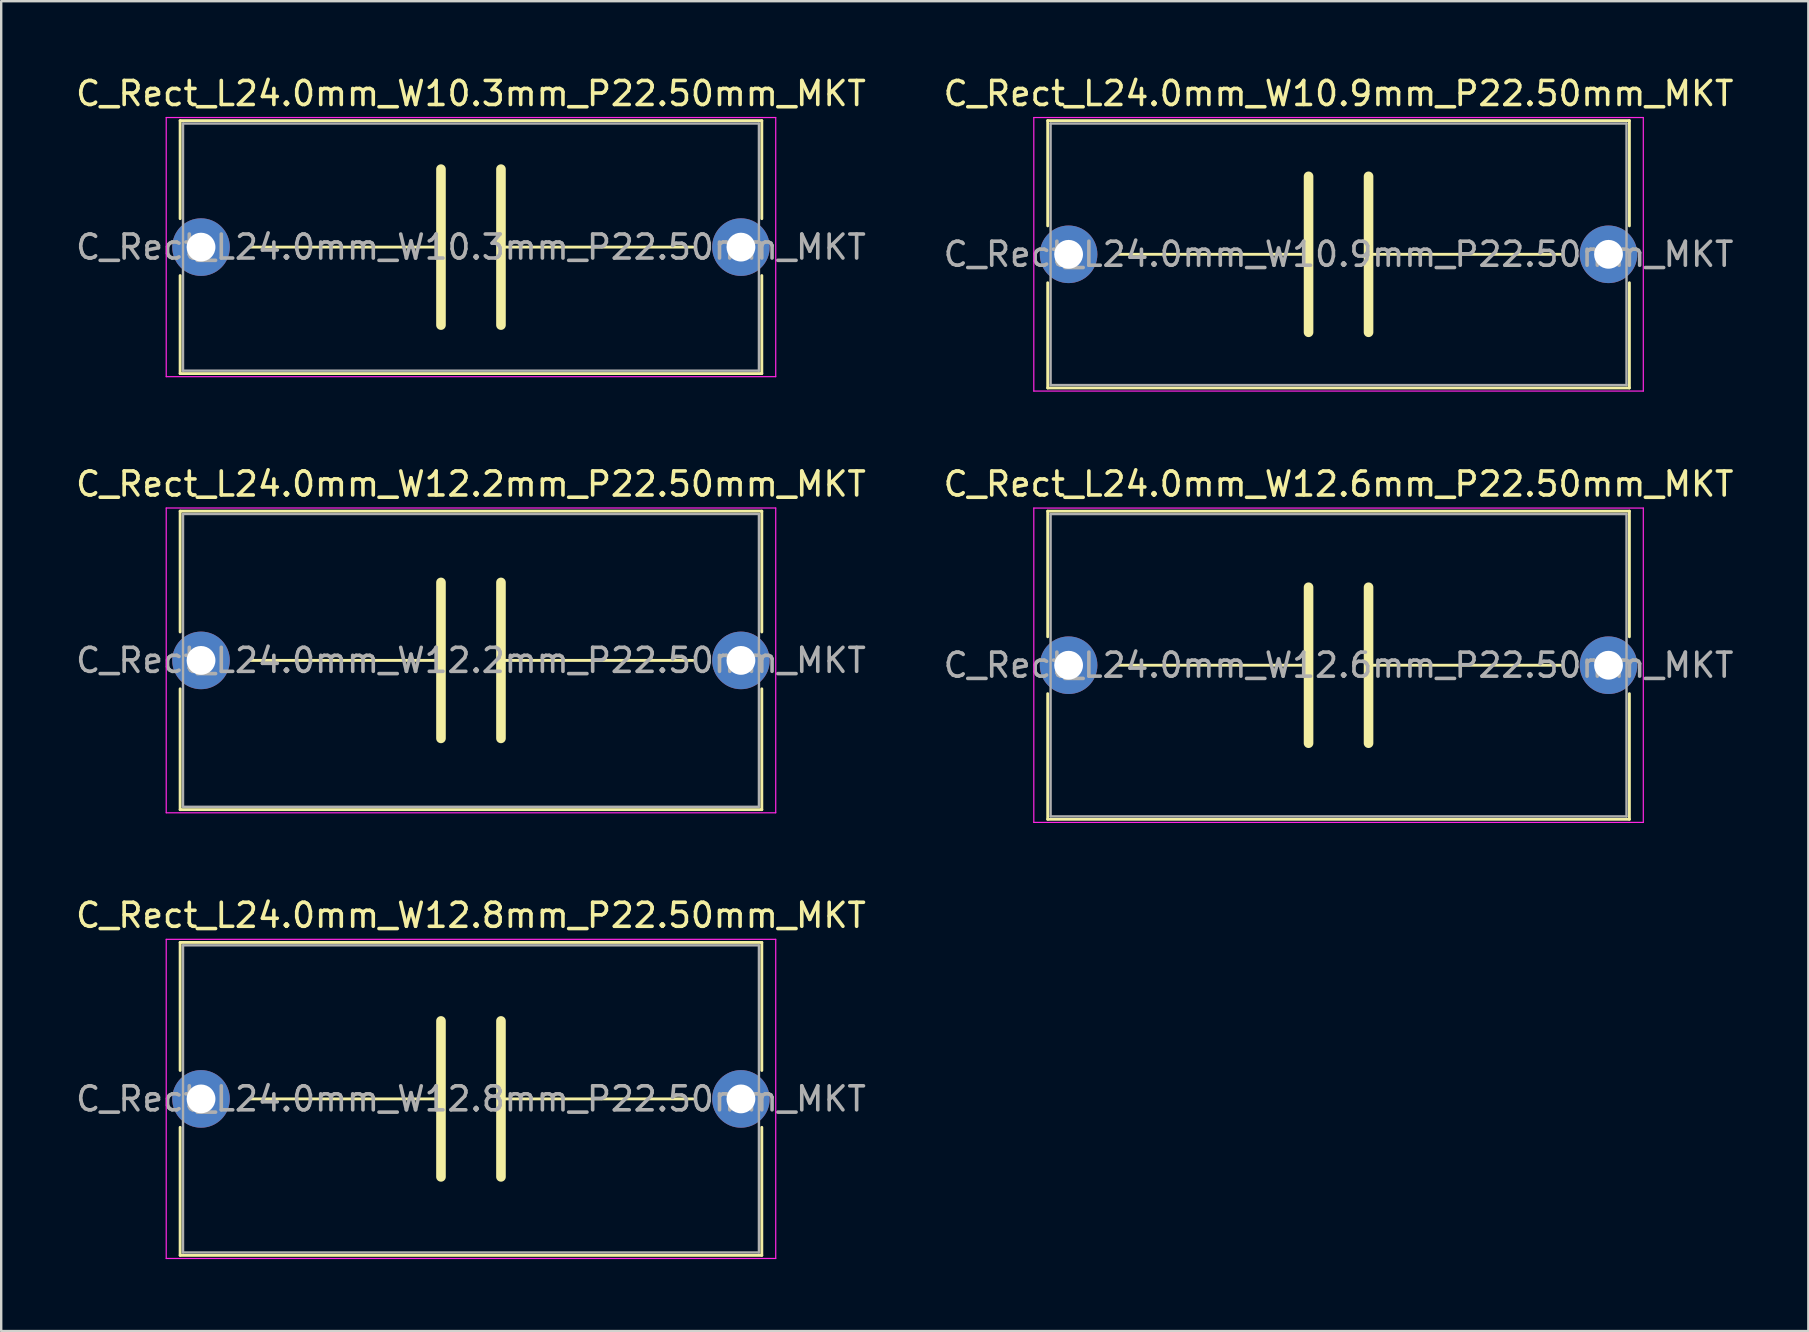
<source format=kicad_pcb>
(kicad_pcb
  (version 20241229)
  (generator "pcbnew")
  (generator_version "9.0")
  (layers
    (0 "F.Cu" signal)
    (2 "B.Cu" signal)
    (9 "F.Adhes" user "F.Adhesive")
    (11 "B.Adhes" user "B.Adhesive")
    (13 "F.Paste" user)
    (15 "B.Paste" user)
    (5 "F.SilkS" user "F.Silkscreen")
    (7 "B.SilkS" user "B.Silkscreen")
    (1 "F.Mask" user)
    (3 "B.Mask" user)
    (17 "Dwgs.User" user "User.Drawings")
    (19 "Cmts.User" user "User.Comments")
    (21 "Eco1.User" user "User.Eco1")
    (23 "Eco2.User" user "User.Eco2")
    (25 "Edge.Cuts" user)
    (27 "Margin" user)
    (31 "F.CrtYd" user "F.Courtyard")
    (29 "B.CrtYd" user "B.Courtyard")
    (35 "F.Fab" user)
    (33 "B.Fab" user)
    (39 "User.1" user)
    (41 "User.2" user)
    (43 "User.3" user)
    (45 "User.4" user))
  (footprint "C_Rect_L24.0mm_W12.8mm_P22.50mm_MKT"
    (layer "F.Cu")
    (at 5.327 42.745)
    (property "Reference" "C_Rect_L24.0mm_W12.8mm_P22.50mm_MKT" (at 11.25 -7.65 0) (layer "F.SilkS") (effects (font (size 1 1) (thickness 0.15))))
    (attr through_hole)
    (fp_line (start -0.87 -6.52) (end -0.87 -1.185) (stroke (width 0.12) (type solid)) (layer "F.SilkS"))
    (fp_line (start -0.87 -6.52) (end 23.37 -6.52) (stroke (width 0.12) (type solid)) (layer "F.SilkS"))
    (fp_line (start -0.87 1.185) (end -0.87 6.52) (stroke (width 0.12) (type solid)) (layer "F.SilkS"))
    (fp_line (start -0.87 6.52) (end 23.37 6.52) (stroke (width 0.12) (type solid)) (layer "F.SilkS"))
    (fp_line (start 2 0) (end 10 0) (stroke (width 0.12) (type solid)) (layer "F.SilkS"))
    (fp_line (start 10 -3.25) (end 10 3.25) (stroke (width 0.4) (type solid)) (layer "F.SilkS"))
    (fp_line (start 12.5 -3.25) (end 12.5 3.25) (stroke (width 0.4) (type solid)) (layer "F.SilkS"))
    (fp_line (start 12.5 0) (end 20.5 0) (stroke (width 0.12) (type solid)) (layer "F.SilkS"))
    (fp_line (start 23.37 -6.52) (end 23.37 -1.185) (stroke (width 0.12) (type solid)) (layer "F.SilkS"))
    (fp_line (start 23.37 1.185) (end 23.37 6.52) (stroke (width 0.12) (type solid)) (layer "F.SilkS"))
    (fp_line (start -1.45 -6.65) (end -1.45 6.65) (stroke (width 0.05) (type solid)) (layer "F.CrtYd"))
    (fp_line (start -1.45 6.65) (end 23.95 6.65) (stroke (width 0.05) (type solid)) (layer "F.CrtYd"))
    (fp_line (start 23.95 -6.65) (end -1.45 -6.65) (stroke (width 0.05) (type solid)) (layer "F.CrtYd"))
    (fp_line (start 23.95 6.65) (end 23.95 -6.65) (stroke (width 0.05) (type solid)) (layer "F.CrtYd"))
    (fp_line (start -0.75 -6.4) (end -0.75 6.4) (stroke (width 0.1) (type solid)) (layer "F.Fab"))
    (fp_line (start -0.75 6.4) (end 23.25 6.4) (stroke (width 0.1) (type solid)) (layer "F.Fab"))
    (fp_line (start 23.25 -6.4) (end -0.75 -6.4) (stroke (width 0.1) (type solid)) (layer "F.Fab"))
    (fp_line (start 23.25 6.4) (end 23.25 -6.4) (stroke (width 0.1) (type solid)) (layer "F.Fab"))
    (fp_text user "${REFERENCE}" (at 11.25 0 0) (layer "F.Fab") (effects (font (size 1 1) (thickness 0.15))))
    (pad "1" thru_hole circle (at 0 0) (size 2.4 2.4) (drill 1.2) (layers "*.Cu" "*.Mask"))
    (pad "2" thru_hole circle (at 22.5 0) (size 2.4 2.4) (drill 1.2) (layers "*.Cu" "*.Mask")))
  (footprint "C_Rect_L24.0mm_W10.9mm_P22.50mm_MKT"
    (layer "F.Cu")
    (at 41.482 7.548)
    (property "Reference" "C_Rect_L24.0mm_W10.9mm_P22.50mm_MKT" (at 11.25 -6.7 0) (layer "F.SilkS") (effects (font (size 1 1) (thickness 0.15))))
    (attr through_hole)
    (fp_line (start -0.87 -5.57) (end -0.87 -1.185) (stroke (width 0.12) (type solid)) (layer "F.SilkS"))
    (fp_line (start -0.87 -5.57) (end 23.37 -5.57) (stroke (width 0.12) (type solid)) (layer "F.SilkS"))
    (fp_line (start -0.87 1.185) (end -0.87 5.57) (stroke (width 0.12) (type solid)) (layer "F.SilkS"))
    (fp_line (start -0.87 5.57) (end 23.37 5.57) (stroke (width 0.12) (type solid)) (layer "F.SilkS"))
    (fp_line (start 2 0) (end 10 0) (stroke (width 0.12) (type solid)) (layer "F.SilkS"))
    (fp_line (start 10 -3.25) (end 10 3.25) (stroke (width 0.4) (type solid)) (layer "F.SilkS"))
    (fp_line (start 12.5 -3.25) (end 12.5 3.25) (stroke (width 0.4) (type solid)) (layer "F.SilkS"))
    (fp_line (start 12.5 0) (end 20.5 0) (stroke (width 0.12) (type solid)) (layer "F.SilkS"))
    (fp_line (start 23.37 -5.57) (end 23.37 -1.185) (stroke (width 0.12) (type solid)) (layer "F.SilkS"))
    (fp_line (start 23.37 1.185) (end 23.37 5.57) (stroke (width 0.12) (type solid)) (layer "F.SilkS"))
    (fp_line (start -1.45 -5.7) (end -1.45 5.7) (stroke (width 0.05) (type solid)) (layer "F.CrtYd"))
    (fp_line (start -1.45 5.7) (end 23.95 5.7) (stroke (width 0.05) (type solid)) (layer "F.CrtYd"))
    (fp_line (start 23.95 -5.7) (end -1.45 -5.7) (stroke (width 0.05) (type solid)) (layer "F.CrtYd"))
    (fp_line (start 23.95 5.7) (end 23.95 -5.7) (stroke (width 0.05) (type solid)) (layer "F.CrtYd"))
    (fp_line (start -0.75 -5.45) (end -0.75 5.45) (stroke (width 0.1) (type solid)) (layer "F.Fab"))
    (fp_line (start -0.75 5.45) (end 23.25 5.45) (stroke (width 0.1) (type solid)) (layer "F.Fab"))
    (fp_line (start 23.25 -5.45) (end -0.75 -5.45) (stroke (width 0.1) (type solid)) (layer "F.Fab"))
    (fp_line (start 23.25 5.45) (end 23.25 -5.45) (stroke (width 0.1) (type solid)) (layer "F.Fab"))
    (fp_text user "${REFERENCE}" (at 11.25 0 0) (layer "F.Fab") (effects (font (size 1 1) (thickness 0.15))))
    (pad "1" thru_hole circle (at 0 0) (size 2.4 2.4) (drill 1.2) (layers "*.Cu" "*.Mask"))
    (pad "2" thru_hole circle (at 22.5 0) (size 2.4 2.4) (drill 1.2) (layers "*.Cu" "*.Mask")))
  (footprint "C_Rect_L24.0mm_W10.3mm_P22.50mm_MKT"
    (layer "F.Cu")
    (at 5.327 7.248)
    (property "Reference" "C_Rect_L24.0mm_W10.3mm_P22.50mm_MKT" (at 11.25 -6.4 0) (layer "F.SilkS") (effects (font (size 1 1) (thickness 0.15))))
    (attr through_hole)
    (fp_line (start -0.87 -5.27) (end -0.87 -1.185) (stroke (width 0.12) (type solid)) (layer "F.SilkS"))
    (fp_line (start -0.87 -5.27) (end 23.37 -5.27) (stroke (width 0.12) (type solid)) (layer "F.SilkS"))
    (fp_line (start -0.87 1.185) (end -0.87 5.27) (stroke (width 0.12) (type solid)) (layer "F.SilkS"))
    (fp_line (start -0.87 5.27) (end 23.37 5.27) (stroke (width 0.12) (type solid)) (layer "F.SilkS"))
    (fp_line (start 2 0) (end 10 0) (stroke (width 0.12) (type solid)) (layer "F.SilkS"))
    (fp_line (start 10 -3.25) (end 10 3.25) (stroke (width 0.4) (type solid)) (layer "F.SilkS"))
    (fp_line (start 12.5 -3.25) (end 12.5 3.25) (stroke (width 0.4) (type solid)) (layer "F.SilkS"))
    (fp_line (start 12.5 0) (end 20.5 0) (stroke (width 0.12) (type solid)) (layer "F.SilkS"))
    (fp_line (start 23.37 -5.27) (end 23.37 -1.185) (stroke (width 0.12) (type solid)) (layer "F.SilkS"))
    (fp_line (start 23.37 1.185) (end 23.37 5.27) (stroke (width 0.12) (type solid)) (layer "F.SilkS"))
    (fp_line (start -1.45 -5.4) (end -1.45 5.4) (stroke (width 0.05) (type solid)) (layer "F.CrtYd"))
    (fp_line (start -1.45 5.4) (end 23.95 5.4) (stroke (width 0.05) (type solid)) (layer "F.CrtYd"))
    (fp_line (start 23.95 -5.4) (end -1.45 -5.4) (stroke (width 0.05) (type solid)) (layer "F.CrtYd"))
    (fp_line (start 23.95 5.4) (end 23.95 -5.4) (stroke (width 0.05) (type solid)) (layer "F.CrtYd"))
    (fp_line (start -0.75 -5.15) (end -0.75 5.15) (stroke (width 0.1) (type solid)) (layer "F.Fab"))
    (fp_line (start -0.75 5.15) (end 23.25 5.15) (stroke (width 0.1) (type solid)) (layer "F.Fab"))
    (fp_line (start 23.25 -5.15) (end -0.75 -5.15) (stroke (width 0.1) (type solid)) (layer "F.Fab"))
    (fp_line (start 23.25 5.15) (end 23.25 -5.15) (stroke (width 0.1) (type solid)) (layer "F.Fab"))
    (fp_text user "${REFERENCE}" (at 11.25 0 0) (layer "F.Fab") (effects (font (size 1 1) (thickness 0.15))))
    (pad "1" thru_hole circle (at 0 0) (size 2.4 2.4) (drill 1.2) (layers "*.Cu" "*.Mask"))
    (pad "2" thru_hole circle (at 22.5 0) (size 2.4 2.4) (drill 1.2) (layers "*.Cu" "*.Mask")))
  (footprint "C_Rect_L24.0mm_W12.2mm_P22.50mm_MKT"
    (layer "F.Cu")
    (at 5.327 24.471)
    (property "Reference" "C_Rect_L24.0mm_W12.2mm_P22.50mm_MKT" (at 11.25 -7.35 0) (layer "F.SilkS") (effects (font (size 1 1) (thickness 0.15))))
    (attr through_hole)
    (fp_line (start -0.87 -6.22) (end -0.87 -1.185) (stroke (width 0.12) (type solid)) (layer "F.SilkS"))
    (fp_line (start -0.87 -6.22) (end 23.37 -6.22) (stroke (width 0.12) (type solid)) (layer "F.SilkS"))
    (fp_line (start -0.87 1.185) (end -0.87 6.22) (stroke (width 0.12) (type solid)) (layer "F.SilkS"))
    (fp_line (start -0.87 6.22) (end 23.37 6.22) (stroke (width 0.12) (type solid)) (layer "F.SilkS"))
    (fp_line (start 2 0) (end 10 0) (stroke (width 0.12) (type solid)) (layer "F.SilkS"))
    (fp_line (start 10 -3.25) (end 10 3.25) (stroke (width 0.4) (type solid)) (layer "F.SilkS"))
    (fp_line (start 12.5 -3.25) (end 12.5 3.25) (stroke (width 0.4) (type solid)) (layer "F.SilkS"))
    (fp_line (start 12.5 0) (end 20.5 0) (stroke (width 0.12) (type solid)) (layer "F.SilkS"))
    (fp_line (start 23.37 -6.22) (end 23.37 -1.185) (stroke (width 0.12) (type solid)) (layer "F.SilkS"))
    (fp_line (start 23.37 1.185) (end 23.37 6.22) (stroke (width 0.12) (type solid)) (layer "F.SilkS"))
    (fp_line (start -1.45 -6.35) (end -1.45 6.35) (stroke (width 0.05) (type solid)) (layer "F.CrtYd"))
    (fp_line (start -1.45 6.35) (end 23.95 6.35) (stroke (width 0.05) (type solid)) (layer "F.CrtYd"))
    (fp_line (start 23.95 -6.35) (end -1.45 -6.35) (stroke (width 0.05) (type solid)) (layer "F.CrtYd"))
    (fp_line (start 23.95 6.35) (end 23.95 -6.35) (stroke (width 0.05) (type solid)) (layer "F.CrtYd"))
    (fp_line (start -0.75 -6.1) (end -0.75 6.1) (stroke (width 0.1) (type solid)) (layer "F.Fab"))
    (fp_line (start -0.75 6.1) (end 23.25 6.1) (stroke (width 0.1) (type solid)) (layer "F.Fab"))
    (fp_line (start 23.25 -6.1) (end -0.75 -6.1) (stroke (width 0.1) (type solid)) (layer "F.Fab"))
    (fp_line (start 23.25 6.1) (end 23.25 -6.1) (stroke (width 0.1) (type solid)) (layer "F.Fab"))
    (fp_text user "${REFERENCE}" (at 11.25 0 0) (layer "F.Fab") (effects (font (size 1 1) (thickness 0.15))))
    (pad "1" thru_hole circle (at 0 0) (size 2.4 2.4) (drill 1.2) (layers "*.Cu" "*.Mask"))
    (pad "2" thru_hole circle (at 22.5 0) (size 2.4 2.4) (drill 1.2) (layers "*.Cu" "*.Mask")))
  (footprint "C_Rect_L24.0mm_W12.6mm_P22.50mm_MKT"
    (layer "F.Cu")
    (at 41.482 24.672)
    (property "Reference" "C_Rect_L24.0mm_W12.6mm_P22.50mm_MKT" (at 11.25 -7.55 0) (layer "F.SilkS") (effects (font (size 1 1) (thickness 0.15))))
    (attr through_hole)
    (fp_line (start -0.87 -6.42) (end -0.87 -1.185) (stroke (width 0.12) (type solid)) (layer "F.SilkS"))
    (fp_line (start -0.87 -6.42) (end 23.37 -6.42) (stroke (width 0.12) (type solid)) (layer "F.SilkS"))
    (fp_line (start -0.87 1.185) (end -0.87 6.42) (stroke (width 0.12) (type solid)) (layer "F.SilkS"))
    (fp_line (start -0.87 6.42) (end 23.37 6.42) (stroke (width 0.12) (type solid)) (layer "F.SilkS"))
    (fp_line (start 2 0) (end 10 0) (stroke (width 0.12) (type solid)) (layer "F.SilkS"))
    (fp_line (start 10 -3.25) (end 10 3.25) (stroke (width 0.4) (type solid)) (layer "F.SilkS"))
    (fp_line (start 12.5 -3.25) (end 12.5 3.25) (stroke (width 0.4) (type solid)) (layer "F.SilkS"))
    (fp_line (start 12.5 0) (end 20.5 0) (stroke (width 0.12) (type solid)) (layer "F.SilkS"))
    (fp_line (start 23.37 -6.42) (end 23.37 -1.185) (stroke (width 0.12) (type solid)) (layer "F.SilkS"))
    (fp_line (start 23.37 1.185) (end 23.37 6.42) (stroke (width 0.12) (type solid)) (layer "F.SilkS"))
    (fp_line (start -1.45 -6.55) (end -1.45 6.55) (stroke (width 0.05) (type solid)) (layer "F.CrtYd"))
    (fp_line (start -1.45 6.55) (end 23.95 6.55) (stroke (width 0.05) (type solid)) (layer "F.CrtYd"))
    (fp_line (start 23.95 -6.55) (end -1.45 -6.55) (stroke (width 0.05) (type solid)) (layer "F.CrtYd"))
    (fp_line (start 23.95 6.55) (end 23.95 -6.55) (stroke (width 0.05) (type solid)) (layer "F.CrtYd"))
    (fp_line (start -0.75 -6.3) (end -0.75 6.3) (stroke (width 0.1) (type solid)) (layer "F.Fab"))
    (fp_line (start -0.75 6.3) (end 23.25 6.3) (stroke (width 0.1) (type solid)) (layer "F.Fab"))
    (fp_line (start 23.25 -6.3) (end -0.75 -6.3) (stroke (width 0.1) (type solid)) (layer "F.Fab"))
    (fp_line (start 23.25 6.3) (end 23.25 -6.3) (stroke (width 0.1) (type solid)) (layer "F.Fab"))
    (fp_text user "${REFERENCE}" (at 11.25 0 0) (layer "F.Fab") (effects (font (size 1 1) (thickness 0.15))))
    (pad "1" thru_hole circle (at 0 0) (size 2.4 2.4) (drill 1.2) (layers "*.Cu" "*.Mask"))
    (pad "2" thru_hole circle (at 22.5 0) (size 2.4 2.4) (drill 1.2) (layers "*.Cu" "*.Mask")))
  (gr_rect
    (start -3 -3)
    (end 72.31 52.42)
    (stroke (width 0.1) (type default))
    (fill no)
    (layer "Edge.Cuts")))
</source>
